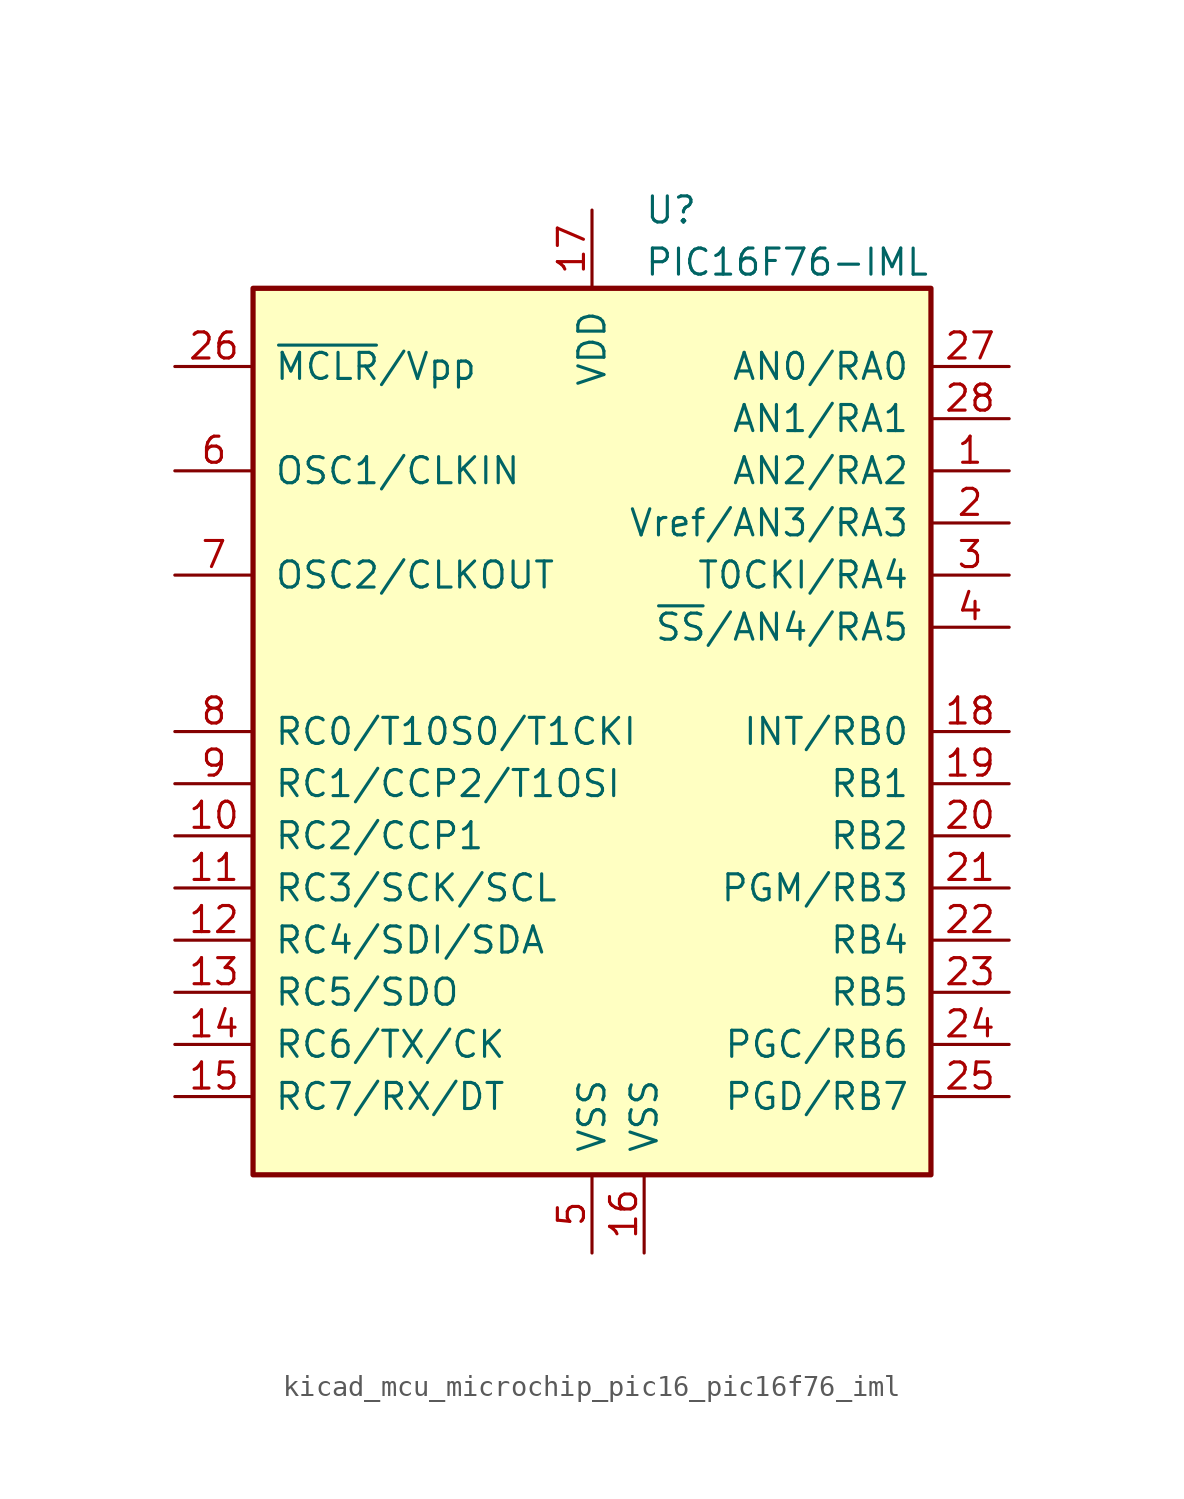
<source format=kicad_sym>
(kicad_symbol_lib
  (version 20220914)
  (generator kicad_symbol_editor)
  (symbol "kicad_mcu_microchip_pic16_pic16f76_iml"
    (pin_names
      (offset 1.016))
    (property "Reference" "U"
      (at 2.54 25.4 0)
      (effects (font (size 1.27 1.27)) (justify left)))
    (property "Value" "PIC16F76-IML"
      (at 2.54 22.86 0)
      (effects (font (size 1.27 1.27)) (justify left)))
    (symbol "kicad_mcu_microchip_pic16_pic16f76_iml_0_1"
      (rectangle (start -16.51 -21.59) (end 16.51 21.59) (stroke (width 0.254) (type default)) (fill (type background))))
    (symbol "kicad_mcu_microchip_pic16_pic16f76_iml_1_1"
      (pin bidirectional line (at 20.32 12.7 180) (length 3.81) (name "AN2/RA2" (effects (font (size 1.27 1.27)))) (number "1" (effects (font (size 1.27 1.27)))))
      (pin bidirectional line (at -20.32 -5.08 0) (length 3.81) (name "RC2/CCP1" (effects (font (size 1.27 1.27)))) (number "10" (effects (font (size 1.27 1.27)))))
      (pin bidirectional line (at -20.32 -7.62 0) (length 3.81) (name "RC3/SCK/SCL" (effects (font (size 1.27 1.27)))) (number "11" (effects (font (size 1.27 1.27)))))
      (pin bidirectional line (at -20.32 -10.16 0) (length 3.81) (name "RC4/SDI/SDA" (effects (font (size 1.27 1.27)))) (number "12" (effects (font (size 1.27 1.27)))))
      (pin bidirectional line (at -20.32 -12.7 0) (length 3.81) (name "RC5/SDO" (effects (font (size 1.27 1.27)))) (number "13" (effects (font (size 1.27 1.27)))))
      (pin bidirectional line (at -20.32 -15.24 0) (length 3.81) (name "RC6/TX/CK" (effects (font (size 1.27 1.27)))) (number "14" (effects (font (size 1.27 1.27)))))
      (pin bidirectional line (at -20.32 -17.78 0) (length 3.81) (name "RC7/RX/DT" (effects (font (size 1.27 1.27)))) (number "15" (effects (font (size 1.27 1.27)))))
      (pin power_in line (at 2.54 -25.4 90) (length 3.81) (name "VSS" (effects (font (size 1.27 1.27)))) (number "16" (effects (font (size 1.27 1.27)))))
      (pin power_in line (at 0 25.4 270) (length 3.81) (name "VDD" (effects (font (size 1.27 1.27)))) (number "17" (effects (font (size 1.27 1.27)))))
      (pin bidirectional line (at 20.32 0 180) (length 3.81) (name "INT/RB0" (effects (font (size 1.27 1.27)))) (number "18" (effects (font (size 1.27 1.27)))))
      (pin bidirectional line (at 20.32 -2.54 180) (length 3.81) (name "RB1" (effects (font (size 1.27 1.27)))) (number "19" (effects (font (size 1.27 1.27)))))
      (pin bidirectional line (at 20.32 10.16 180) (length 3.81) (name "Vref/AN3/RA3" (effects (font (size 1.27 1.27)))) (number "2" (effects (font (size 1.27 1.27)))))
      (pin bidirectional line (at 20.32 -5.08 180) (length 3.81) (name "RB2" (effects (font (size 1.27 1.27)))) (number "20" (effects (font (size 1.27 1.27)))))
      (pin bidirectional line (at 20.32 -7.62 180) (length 3.81) (name "PGM/RB3" (effects (font (size 1.27 1.27)))) (number "21" (effects (font (size 1.27 1.27)))))
      (pin bidirectional line (at 20.32 -10.16 180) (length 3.81) (name "RB4" (effects (font (size 1.27 1.27)))) (number "22" (effects (font (size 1.27 1.27)))))
      (pin bidirectional line (at 20.32 -12.7 180) (length 3.81) (name "RB5" (effects (font (size 1.27 1.27)))) (number "23" (effects (font (size 1.27 1.27)))))
      (pin bidirectional line (at 20.32 -15.24 180) (length 3.81) (name "PGC/RB6" (effects (font (size 1.27 1.27)))) (number "24" (effects (font (size 1.27 1.27)))))
      (pin bidirectional line (at 20.32 -17.78 180) (length 3.81) (name "PGD/RB7" (effects (font (size 1.27 1.27)))) (number "25" (effects (font (size 1.27 1.27)))))
      (pin input line (at -20.32 17.78 0) (length 3.81) (name "~{MCLR}/Vpp" (effects (font (size 1.27 1.27)))) (number "26" (effects (font (size 1.27 1.27)))))
      (pin bidirectional line (at 20.32 17.78 180) (length 3.81) (name "AN0/RA0" (effects (font (size 1.27 1.27)))) (number "27" (effects (font (size 1.27 1.27)))))
      (pin bidirectional line (at 20.32 15.24 180) (length 3.81) (name "AN1/RA1" (effects (font (size 1.27 1.27)))) (number "28" (effects (font (size 1.27 1.27)))))
      (pin bidirectional line (at 20.32 7.62 180) (length 3.81) (name "T0CKI/RA4" (effects (font (size 1.27 1.27)))) (number "3" (effects (font (size 1.27 1.27)))))
      (pin bidirectional line (at 20.32 5.08 180) (length 3.81) (name "~{SS}/AN4/RA5" (effects (font (size 1.27 1.27)))) (number "4" (effects (font (size 1.27 1.27)))))
      (pin power_in line (at 0 -25.4 90) (length 3.81) (name "VSS" (effects (font (size 1.27 1.27)))) (number "5" (effects (font (size 1.27 1.27)))))
      (pin input line (at -20.32 12.7 0) (length 3.81) (name "OSC1/CLKIN" (effects (font (size 1.27 1.27)))) (number "6" (effects (font (size 1.27 1.27)))))
      (pin output line (at -20.32 7.62 0) (length 3.81) (name "OSC2/CLKOUT" (effects (font (size 1.27 1.27)))) (number "7" (effects (font (size 1.27 1.27)))))
      (pin bidirectional line (at -20.32 0 0) (length 3.81) (name "RC0/T10S0/T1CKI" (effects (font (size 1.27 1.27)))) (number "8" (effects (font (size 1.27 1.27)))))
      (pin bidirectional line (at -20.32 -2.54 0) (length 3.81) (name "RC1/CCP2/T1OSI" (effects (font (size 1.27 1.27)))) (number "9" (effects (font (size 1.27 1.27))))))))
</source>
